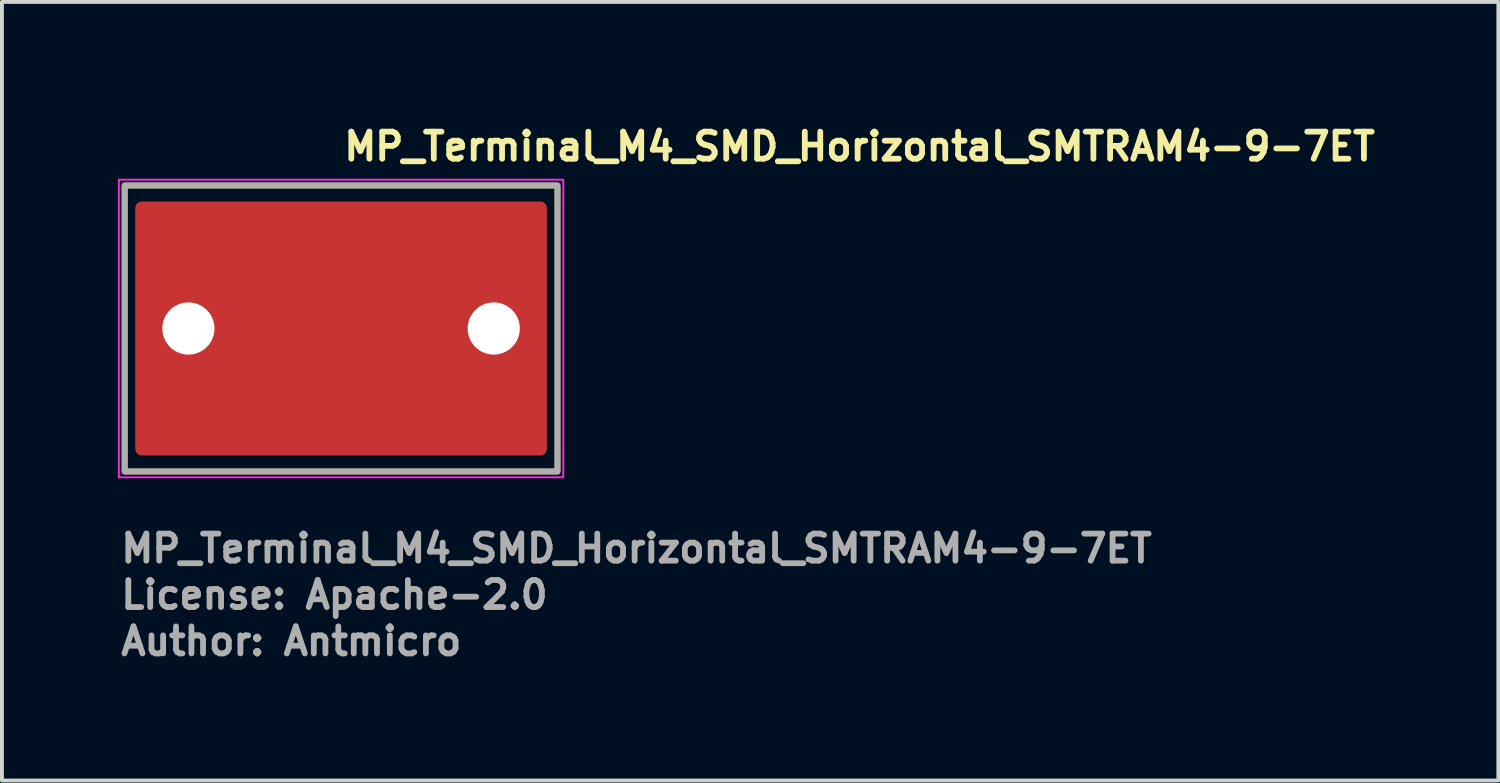
<source format=kicad_pcb>
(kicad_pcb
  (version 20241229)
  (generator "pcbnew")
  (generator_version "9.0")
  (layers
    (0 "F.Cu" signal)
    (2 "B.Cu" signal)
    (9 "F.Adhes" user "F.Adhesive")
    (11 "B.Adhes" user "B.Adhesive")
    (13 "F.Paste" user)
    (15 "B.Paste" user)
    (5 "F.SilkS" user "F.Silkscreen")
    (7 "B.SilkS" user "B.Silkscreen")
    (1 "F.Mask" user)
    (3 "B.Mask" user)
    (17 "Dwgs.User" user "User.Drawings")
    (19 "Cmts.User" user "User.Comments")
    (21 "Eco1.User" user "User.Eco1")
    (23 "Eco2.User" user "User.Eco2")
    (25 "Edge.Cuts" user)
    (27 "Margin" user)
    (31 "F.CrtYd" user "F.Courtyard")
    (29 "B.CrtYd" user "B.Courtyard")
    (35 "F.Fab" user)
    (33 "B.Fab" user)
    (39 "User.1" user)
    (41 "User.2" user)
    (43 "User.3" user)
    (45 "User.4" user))
  (footprint "MP_Terminal_M4_SMD_Horizontal_SMTRAM4-9-7ET"
    (layer "F.Cu")
    (at 5.775 5.45)
    (property "Reference" "MP_Terminal_M4_SMD_Horizontal_SMTRAM4-9-7ET" (at 0 -4.3 0) (layer "F.SilkS") (effects (font (size 0.7 0.7) (thickness 0.15)) (justify left bottom)))
    (attr smd)
    (fp_rect (start -5.6 -3.7) (end 5.6 3.7) (stroke (width 0.15) (type solid)) (fill no) (layer "F.SilkS"))
    (fp_rect (start -5.75 -3.85) (end 5.75 3.85) (stroke (width 0.05) (type solid)) (fill no) (layer "F.CrtYd"))
    (fp_rect (start -5.6 -3.7) (end 5.6 3.7) (stroke (width 0.15) (type default)) (fill no) (layer "F.Fab"))
    (fp_rect (start -5.6 -3.7) (end 5.6 3.7) (stroke (width 0.1) (type solid)) (fill no) (layer "User.5"))
    (fp_line (start -4.765 -3.5) (end -4.765 -3.5) (stroke (width 0.02) (type solid)) (layer "User.9"))
    (fp_line (start -4.765 -3.5) (end -4.765 -3.5) (stroke (width 0.02) (type solid)) (layer "User.9"))
    (fp_line (start -4.765 3.5) (end -4.765 -3.5) (stroke (width 0.02) (type solid)) (layer "User.9"))
    (fp_line (start -4.765 3.5) (end -4.765 3.5) (stroke (width 0.02) (type solid)) (layer "User.9"))
    (fp_line (start -4.765 3.5) (end -4.765 3.5) (stroke (width 0.02) (type solid)) (layer "User.9"))
    (fp_line (start -4.764 -3.5) (end -4.765 -3.5) (stroke (width 0.02) (type solid)) (layer "User.9"))
    (fp_line (start -4.764 -3.5) (end -4.764 -3.5) (stroke (width 0.02) (type solid)) (layer "User.9"))
    (fp_line (start -4.764 3.5) (end -4.765 3.5) (stroke (width 0.02) (type solid)) (layer "User.9"))
    (fp_line (start -4.764 3.5) (end -4.764 3.5) (stroke (width 0.02) (type solid)) (layer "User.9"))
    (fp_line (start -4.763 -3.5) (end -4.764 -3.5) (stroke (width 0.02) (type solid)) (layer "User.9"))
    (fp_line (start -4.763 3.5) (end -4.764 3.5) (stroke (width 0.02) (type solid)) (layer "User.9"))
    (fp_line (start -4.762 -3.5) (end -4.763 -3.5) (stroke (width 0.02) (type solid)) (layer "User.9"))
    (fp_line (start -4.762 3.5) (end -4.763 3.5) (stroke (width 0.02) (type solid)) (layer "User.9"))
    (fp_line (start -4.761 -3.5) (end -4.762 -3.5) (stroke (width 0.02) (type solid)) (layer "User.9"))
    (fp_line (start -4.761 3.5) (end -4.762 3.5) (stroke (width 0.02) (type solid)) (layer "User.9"))
    (fp_line (start -4.76 -3.5) (end -4.761 -3.5) (stroke (width 0.02) (type solid)) (layer "User.9"))
    (fp_line (start -4.76 3.5) (end -4.761 3.5) (stroke (width 0.02) (type solid)) (layer "User.9"))
    (fp_line (start -4.759 -3.5) (end -4.76 -3.5) (stroke (width 0.02) (type solid)) (layer "User.9"))
    (fp_line (start -4.759 3.5) (end -4.76 3.5) (stroke (width 0.02) (type solid)) (layer "User.9"))
    (fp_line (start -4.758 -3.5) (end -4.759 -3.5) (stroke (width 0.02) (type solid)) (layer "User.9"))
    (fp_line (start -4.758 3.5) (end -4.759 3.5) (stroke (width 0.02) (type solid)) (layer "User.9"))
    (fp_line (start -4.756 -3.5) (end -4.758 -3.5) (stroke (width 0.02) (type solid)) (layer "User.9"))
    (fp_line (start -4.756 3.5) (end -4.758 3.5) (stroke (width 0.02) (type solid)) (layer "User.9"))
    (fp_line (start -4.755 3.5) (end -4.756 3.5) (stroke (width 0.02) (type solid)) (layer "User.9"))
    (fp_line (start -4.753 -3.5) (end -4.755 -3.5) (stroke (width 0.02) (type solid)) (layer "User.9"))
    (fp_line (start -4.753 3.5) (end -4.755 3.5) (stroke (width 0.02) (type solid)) (layer "User.9"))
    (fp_line (start -4.751 -3.5) (end -4.756 -3.5) (stroke (width 0.02) (type solid)) (layer "User.9"))
    (fp_line (start -4.751 -3.5) (end -4.753 -3.5) (stroke (width 0.02) (type solid)) (layer "User.9"))
    (fp_line (start -4.751 3.5) (end -4.753 3.5) (stroke (width 0.02) (type solid)) (layer "User.9"))
    (fp_line (start -4.751 3.5) (end -4.751 -3.5) (stroke (width 0.02) (type solid)) (layer "User.9"))
    (fp_line (start -4.738 -3.5) (end -4.751 -3.5) (stroke (width 0.02) (type solid)) (layer "User.9"))
    (fp_line (start -4.738 3.5) (end -4.751 3.5) (stroke (width 0.02) (type solid)) (layer "User.9"))
    (fp_line (start -4.698 -3.5) (end -4.738 -3.5) (stroke (width 0.02) (type solid)) (layer "User.9"))
    (fp_line (start -4.698 3.5) (end -4.738 3.5) (stroke (width 0.02) (type solid)) (layer "User.9"))
    (fp_line (start -4.633 -3.5) (end -4.698 -3.5) (stroke (width 0.02) (type solid)) (layer "User.9"))
    (fp_line (start -4.633 3.5) (end -4.698 3.5) (stroke (width 0.02) (type solid)) (layer "User.9"))
    (fp_line (start -4.542 -3.5) (end -4.633 -3.5) (stroke (width 0.02) (type solid)) (layer "User.9"))
    (fp_line (start -4.542 3.5) (end -4.633 3.5) (stroke (width 0.02) (type solid)) (layer "User.9"))
    (fp_line (start -4.426 -3.5) (end -4.542 -3.5) (stroke (width 0.02) (type solid)) (layer "User.9"))
    (fp_line (start -4.426 3.5) (end -4.542 3.5) (stroke (width 0.02) (type solid)) (layer "User.9"))
    (fp_line (start -4.286 -3.5) (end -4.426 -3.5) (stroke (width 0.02) (type solid)) (layer "User.9"))
    (fp_line (start -4.286 3.5) (end -4.426 3.5) (stroke (width 0.02) (type solid)) (layer "User.9"))
    (fp_line (start -4.121 -3.5) (end -4.286 -3.5) (stroke (width 0.02) (type solid)) (layer "User.9"))
    (fp_line (start -4.121 3.5) (end -4.286 3.5) (stroke (width 0.02) (type solid)) (layer "User.9"))
    (fp_line (start -3.934 -3.5) (end -4.121 -3.5) (stroke (width 0.02) (type solid)) (layer "User.9"))
    (fp_line (start -3.934 3.5) (end -4.121 3.5) (stroke (width 0.02) (type solid)) (layer "User.9"))
    (fp_line (start -3.726 -3.5) (end -3.934 -3.5) (stroke (width 0.02) (type solid)) (layer "User.9"))
    (fp_line (start -3.726 3.5) (end -3.934 3.5) (stroke (width 0.02) (type solid)) (layer "User.9"))
    (fp_line (start -3.496 -3.5) (end -3.726 -3.5) (stroke (width 0.02) (type solid)) (layer "User.9"))
    (fp_line (start -3.496 3.5) (end -3.726 3.5) (stroke (width 0.02) (type solid)) (layer "User.9"))
    (fp_line (start -3.248 -3.5) (end -3.496 -3.5) (stroke (width 0.02) (type solid)) (layer "User.9"))
    (fp_line (start -3.248 3.5) (end -3.496 3.5) (stroke (width 0.02) (type solid)) (layer "User.9"))
    (fp_line (start -2.981 -3.5) (end -3.248 -3.5) (stroke (width 0.02) (type solid)) (layer "User.9"))
    (fp_line (start -2.981 3.5) (end -3.248 3.5) (stroke (width 0.02) (type solid)) (layer "User.9"))
    (fp_line (start -2.698 -3.5) (end -2.981 -3.5) (stroke (width 0.02) (type solid)) (layer "User.9"))
    (fp_line (start -2.698 3.5) (end -2.981 3.5) (stroke (width 0.02) (type solid)) (layer "User.9"))
    (fp_line (start -2.4 -3.5) (end -2.698 -3.5) (stroke (width 0.02) (type solid)) (layer "User.9"))
    (fp_line (start -2.4 -3.5) (end 2.4 -3.5) (stroke (width 0.02) (type solid)) (layer "User.9"))
    (fp_line (start -2.4 3.5) (end -2.698 3.5) (stroke (width 0.02) (type solid)) (layer "User.9"))
    (fp_line (start -2.4 3.5) (end -2.4 -3.5) (stroke (width 0.02) (type solid)) (layer "User.9"))
    (fp_line (start 2.4 -3.5) (end 2.4 3.5) (stroke (width 0.02) (type solid)) (layer "User.9"))
    (fp_line (start 2.4 3.5) (end -2.4 3.5) (stroke (width 0.02) (type solid)) (layer "User.9"))
    (fp_line (start 2.698 -3.5) (end 2.4 -3.5) (stroke (width 0.02) (type solid)) (layer "User.9"))
    (fp_line (start 2.698 3.5) (end 2.4 3.5) (stroke (width 0.02) (type solid)) (layer "User.9"))
    (fp_line (start 2.981 -3.5) (end 2.698 -3.5) (stroke (width 0.02) (type solid)) (layer "User.9"))
    (fp_line (start 2.981 3.5) (end 2.698 3.5) (stroke (width 0.02) (type solid)) (layer "User.9"))
    (fp_line (start 3.248 -3.5) (end 2.981 -3.5) (stroke (width 0.02) (type solid)) (layer "User.9"))
    (fp_line (start 3.248 3.5) (end 2.981 3.5) (stroke (width 0.02) (type solid)) (layer "User.9"))
    (fp_line (start 3.496 -3.5) (end 3.248 -3.5) (stroke (width 0.02) (type solid)) (layer "User.9"))
    (fp_line (start 3.496 3.5) (end 3.248 3.5) (stroke (width 0.02) (type solid)) (layer "User.9"))
    (fp_line (start 3.726 -3.5) (end 3.496 -3.5) (stroke (width 0.02) (type solid)) (layer "User.9"))
    (fp_line (start 3.726 3.5) (end 3.496 3.5) (stroke (width 0.02) (type solid)) (layer "User.9"))
    (fp_line (start 3.934 -3.5) (end 3.726 -3.5) (stroke (width 0.02) (type solid)) (layer "User.9"))
    (fp_line (start 3.934 3.5) (end 3.726 3.5) (stroke (width 0.02) (type solid)) (layer "User.9"))
    (fp_line (start 4.121 -3.5) (end 3.934 -3.5) (stroke (width 0.02) (type solid)) (layer "User.9"))
    (fp_line (start 4.121 3.5) (end 3.934 3.5) (stroke (width 0.02) (type solid)) (layer "User.9"))
    (fp_line (start 4.286 -3.5) (end 4.121 -3.5) (stroke (width 0.02) (type solid)) (layer "User.9"))
    (fp_line (start 4.286 3.5) (end 4.121 3.5) (stroke (width 0.02) (type solid)) (layer "User.9"))
    (fp_line (start 4.426 -3.5) (end 4.286 -3.5) (stroke (width 0.02) (type solid)) (layer "User.9"))
    (fp_line (start 4.426 3.5) (end 4.286 3.5) (stroke (width 0.02) (type solid)) (layer "User.9"))
    (fp_line (start 4.542 -3.5) (end 4.426 -3.5) (stroke (width 0.02) (type solid)) (layer "User.9"))
    (fp_line (start 4.542 3.5) (end 4.426 3.5) (stroke (width 0.02) (type solid)) (layer "User.9"))
    (fp_line (start 4.633 -3.5) (end 4.542 -3.5) (stroke (width 0.02) (type solid)) (layer "User.9"))
    (fp_line (start 4.633 3.5) (end 4.542 3.5) (stroke (width 0.02) (type solid)) (layer "User.9"))
    (fp_line (start 4.698 -3.5) (end 4.633 -3.5) (stroke (width 0.02) (type solid)) (layer "User.9"))
    (fp_line (start 4.698 3.5) (end 4.633 3.5) (stroke (width 0.02) (type solid)) (layer "User.9"))
    (fp_line (start 4.738 -3.5) (end 4.698 -3.5) (stroke (width 0.02) (type solid)) (layer "User.9"))
    (fp_line (start 4.738 3.5) (end 4.698 3.5) (stroke (width 0.02) (type solid)) (layer "User.9"))
    (fp_line (start 4.751 -3.5) (end 4.738 -3.5) (stroke (width 0.02) (type solid)) (layer "User.9"))
    (fp_line (start 4.751 3.5) (end 4.738 3.5) (stroke (width 0.02) (type solid)) (layer "User.9"))
    (fp_line (start 4.751 3.5) (end 4.751 -3.5) (stroke (width 0.02) (type solid)) (layer "User.9"))
    (fp_line (start 4.753 -3.5) (end 4.751 -3.5) (stroke (width 0.02) (type solid)) (layer "User.9"))
    (fp_line (start 4.753 3.5) (end 4.751 3.5) (stroke (width 0.02) (type solid)) (layer "User.9"))
    (fp_line (start 4.755 -3.5) (end 4.753 -3.5) (stroke (width 0.02) (type solid)) (layer "User.9"))
    (fp_line (start 4.755 3.5) (end 4.753 3.5) (stroke (width 0.02) (type solid)) (layer "User.9"))
    (fp_line (start 4.756 -3.5) (end 4.755 -3.5) (stroke (width 0.02) (type solid)) (layer "User.9"))
    (fp_line (start 4.756 3.5) (end 4.755 3.5) (stroke (width 0.02) (type solid)) (layer "User.9"))
    (fp_line (start 4.758 -3.5) (end 4.756 -3.5) (stroke (width 0.02) (type solid)) (layer "User.9"))
    (fp_line (start 4.758 3.5) (end 4.756 3.5) (stroke (width 0.02) (type solid)) (layer "User.9"))
    (fp_line (start 4.759 -3.5) (end 4.758 -3.5) (stroke (width 0.02) (type solid)) (layer "User.9"))
    (fp_line (start 4.759 3.5) (end 4.758 3.5) (stroke (width 0.02) (type solid)) (layer "User.9"))
    (fp_line (start 4.76 -3.5) (end 4.759 -3.5) (stroke (width 0.02) (type solid)) (layer "User.9"))
    (fp_line (start 4.76 3.5) (end 4.759 3.5) (stroke (width 0.02) (type solid)) (layer "User.9"))
    (fp_line (start 4.761 -3.5) (end 4.76 -3.5) (stroke (width 0.02) (type solid)) (layer "User.9"))
    (fp_line (start 4.761 3.5) (end 4.76 3.5) (stroke (width 0.02) (type solid)) (layer "User.9"))
    (fp_line (start 4.762 -3.5) (end 4.761 -3.5) (stroke (width 0.02) (type solid)) (layer "User.9"))
    (fp_line (start 4.762 3.5) (end 4.761 3.5) (stroke (width 0.02) (type solid)) (layer "User.9"))
    (fp_line (start 4.763 -3.5) (end 4.762 -3.5) (stroke (width 0.02) (type solid)) (layer "User.9"))
    (fp_line (start 4.763 3.5) (end 4.762 3.5) (stroke (width 0.02) (type solid)) (layer "User.9"))
    (fp_line (start 4.764 -3.5) (end 4.763 -3.5) (stroke (width 0.02) (type solid)) (layer "User.9"))
    (fp_line (start 4.764 -3.5) (end 4.764 -3.5) (stroke (width 0.02) (type solid)) (layer "User.9"))
    (fp_line (start 4.764 3.5) (end 4.763 3.5) (stroke (width 0.02) (type solid)) (layer "User.9"))
    (fp_line (start 4.764 3.5) (end 4.764 3.5) (stroke (width 0.02) (type solid)) (layer "User.9"))
    (fp_line (start 4.765 -3.5) (end 4.764 -3.5) (stroke (width 0.02) (type solid)) (layer "User.9"))
    (fp_line (start 4.765 -3.5) (end 4.765 -3.5) (stroke (width 0.02) (type solid)) (layer "User.9"))
    (fp_line (start 4.765 -3.5) (end 4.765 -3.5) (stroke (width 0.02) (type solid)) (layer "User.9"))
    (fp_line (start 4.765 3.5) (end 4.764 3.5) (stroke (width 0.02) (type solid)) (layer "User.9"))
    (fp_line (start 4.765 3.5) (end 4.765 -3.5) (stroke (width 0.02) (type solid)) (layer "User.9"))
    (fp_line (start 4.765 3.5) (end 4.765 3.5) (stroke (width 0.02) (type solid)) (layer "User.9"))
    (fp_line (start 4.765 3.5) (end 4.765 3.5) (stroke (width 0.02) (type solid)) (layer "User.9"))
    (fp_text user "License: Apache-2.0" (at -5.77 7.3 0) (layer "F.Fab") (effects (font (size 0.7 0.7) (thickness 0.15)) (justify left bottom)))
    (fp_text user "Author: Antmicro" (at -5.77 8.5 0) (layer "F.Fab") (effects (font (size 0.7 0.7) (thickness 0.15)) (justify left bottom)))
    (fp_text user "${REFERENCE}" (at -5.77 6.1 0) (layer "F.Fab") (effects (font (size 0.7 0.7) (thickness 0.15)) (justify left bottom)))
    (pad "" np_thru_hole circle (at -3.95 0) (size 1.35 1.35) (drill 1.35) (layers "*.Cu" "*.Mask"))
    (pad "" np_thru_hole circle (at 3.95 0) (size 1.35 1.35) (drill 1.35) (layers "*.Cu" "*.Mask"))
    (pad "1" smd roundrect (at 0 0) (size 10.65 6.57) (layers "F.Cu" "F.Mask" "F.Paste") (roundrect_rratio 0.025)))
  (gr_rect
    (start -3 -3)
    (end 35.718 17.145)
    (stroke (width 0.1) (type default))
    (fill no)
    (layer "Edge.Cuts")))
</source>
